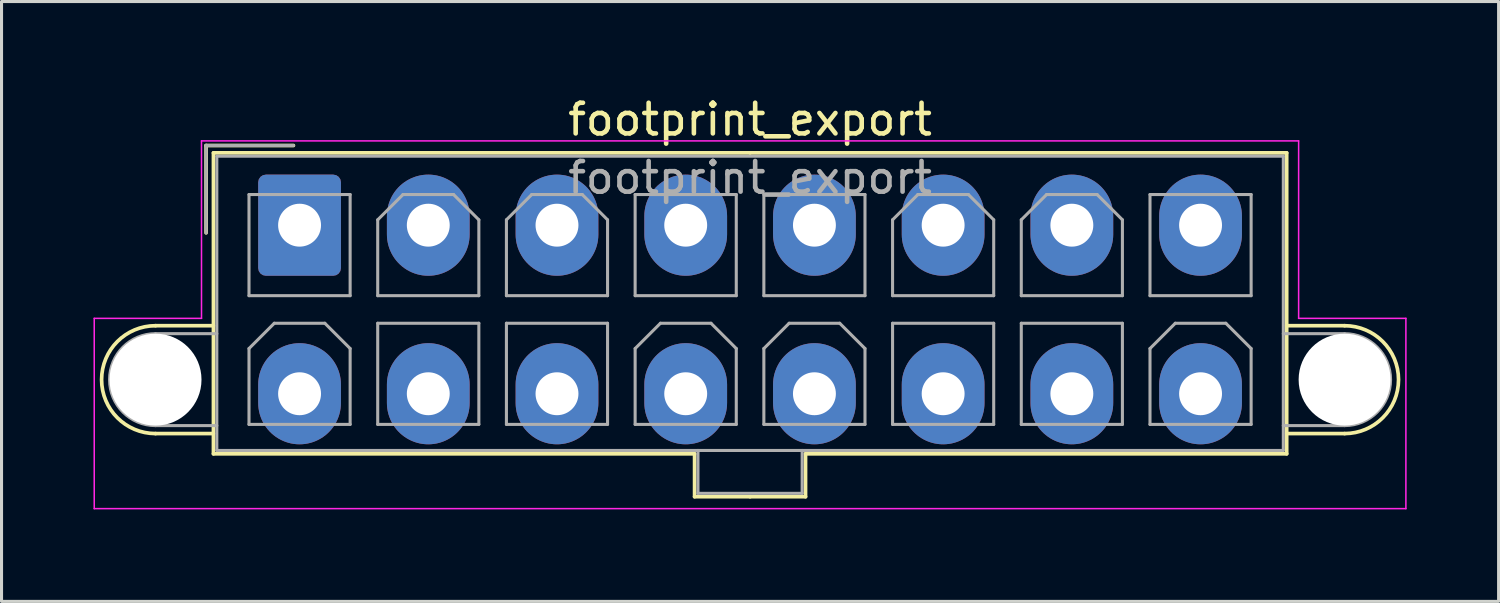
<source format=kicad_pcb>
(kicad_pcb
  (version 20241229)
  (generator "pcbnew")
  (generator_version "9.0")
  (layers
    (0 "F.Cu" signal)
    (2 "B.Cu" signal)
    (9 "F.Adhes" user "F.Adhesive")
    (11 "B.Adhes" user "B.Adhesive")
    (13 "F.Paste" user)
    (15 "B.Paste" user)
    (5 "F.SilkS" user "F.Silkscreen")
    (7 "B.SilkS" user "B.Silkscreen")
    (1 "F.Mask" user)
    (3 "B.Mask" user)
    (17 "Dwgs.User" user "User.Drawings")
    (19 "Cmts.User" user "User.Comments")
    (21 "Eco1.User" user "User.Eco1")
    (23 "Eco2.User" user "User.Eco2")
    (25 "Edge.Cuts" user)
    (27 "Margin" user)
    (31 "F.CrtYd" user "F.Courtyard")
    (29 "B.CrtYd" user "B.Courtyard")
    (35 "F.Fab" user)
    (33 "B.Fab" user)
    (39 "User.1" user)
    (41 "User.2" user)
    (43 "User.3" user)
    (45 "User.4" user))
  (footprint "footprint_export"
    (layer "F.Cu")
    (at 6.725 4.298)
    (property "Reference" "footprint_export" (at 14.7 -3.45 0) (layer "F.SilkS") (effects (font (size 1 1) (thickness 0.15))))
    (attr through_hole)
    (fp_line (start -4.7 3.28) (end -2.81 3.28) (stroke (width 0.12) (type solid)) (layer "F.SilkS"))
    (fp_line (start -4.7 6.8) (end -2.81 6.8) (stroke (width 0.12) (type solid)) (layer "F.SilkS"))
    (fp_line (start -3.05 -2.6) (end -3.05 0.25) (stroke (width 0.12) (type solid)) (layer "F.SilkS"))
    (fp_line (start -2.81 -2.36) (end -2.81 7.46) (stroke (width 0.12) (type solid)) (layer "F.SilkS"))
    (fp_line (start -2.81 7.46) (end 12.89 7.46) (stroke (width 0.12) (type solid)) (layer "F.SilkS"))
    (fp_line (start -0.2 -2.6) (end -3.05 -2.6) (stroke (width 0.12) (type solid)) (layer "F.SilkS"))
    (fp_line (start 12.89 7.46) (end 12.89 8.86) (stroke (width 0.12) (type solid)) (layer "F.SilkS"))
    (fp_line (start 12.89 8.86) (end 14.7 8.86) (stroke (width 0.12) (type solid)) (layer "F.SilkS"))
    (fp_line (start 14.7 -2.36) (end -2.81 -2.36) (stroke (width 0.12) (type solid)) (layer "F.SilkS"))
    (fp_line (start 14.7 -2.36) (end 32.21 -2.36) (stroke (width 0.12) (type solid)) (layer "F.SilkS"))
    (fp_line (start 16.51 7.46) (end 16.51 8.86) (stroke (width 0.12) (type solid)) (layer "F.SilkS"))
    (fp_line (start 16.51 8.86) (end 14.7 8.86) (stroke (width 0.12) (type solid)) (layer "F.SilkS"))
    (fp_line (start 32.21 -2.36) (end 32.21 7.46) (stroke (width 0.12) (type solid)) (layer "F.SilkS"))
    (fp_line (start 32.21 7.46) (end 16.51 7.46) (stroke (width 0.12) (type solid)) (layer "F.SilkS"))
    (fp_line (start 34.1 3.28) (end 32.21 3.28) (stroke (width 0.12) (type solid)) (layer "F.SilkS"))
    (fp_line (start 34.1 6.8) (end 32.21 6.8) (stroke (width 0.12) (type solid)) (layer "F.SilkS"))
    (fp_arc (start -4.7 6.8) (mid -6.46 5.04) (end -4.7 3.28) (stroke (width 0.12) (type solid)) (layer "F.SilkS"))
    (fp_arc (start 34.1 3.28) (mid 35.86 5.04) (end 34.1 6.8) (stroke (width 0.12) (type solid)) (layer "F.SilkS"))
    (fp_line (start -6.7 3.04) (end -6.7 9.25) (stroke (width 0.05) (type solid)) (layer "F.CrtYd"))
    (fp_line (start -6.7 9.25) (end 36.1 9.25) (stroke (width 0.05) (type solid)) (layer "F.CrtYd"))
    (fp_line (start -3.2 -2.75) (end -3.2 3.04) (stroke (width 0.05) (type solid)) (layer "F.CrtYd"))
    (fp_line (start -3.2 3.04) (end -6.7 3.04) (stroke (width 0.05) (type solid)) (layer "F.CrtYd"))
    (fp_line (start 32.6 -2.75) (end -3.2 -2.75) (stroke (width 0.05) (type solid)) (layer "F.CrtYd"))
    (fp_line (start 32.6 3.04) (end 32.6 -2.75) (stroke (width 0.05) (type solid)) (layer "F.CrtYd"))
    (fp_line (start 36.1 3.04) (end 32.6 3.04) (stroke (width 0.05) (type solid)) (layer "F.CrtYd"))
    (fp_line (start 36.1 9.25) (end 36.1 3.04) (stroke (width 0.05) (type solid)) (layer "F.CrtYd"))
    (fp_line (start -4.7 3.54) (end -2.7 3.54) (stroke (width 0.1) (type solid)) (layer "F.Fab"))
    (fp_line (start -4.7 6.54) (end -2.7 6.54) (stroke (width 0.1) (type solid)) (layer "F.Fab"))
    (fp_line (start -3.05 -2.6) (end -3.05 0.25) (stroke (width 0.1) (type solid)) (layer "F.Fab"))
    (fp_line (start -2.7 -2.25) (end -2.7 7.35) (stroke (width 0.1) (type solid)) (layer "F.Fab"))
    (fp_line (start -2.7 7.35) (end 32.1 7.35) (stroke (width 0.1) (type solid)) (layer "F.Fab"))
    (fp_line (start -1.65 -1) (end -1.65 2.3) (stroke (width 0.1) (type solid)) (layer "F.Fab"))
    (fp_line (start -1.65 2.3) (end 1.65 2.3) (stroke (width 0.1) (type solid)) (layer "F.Fab"))
    (fp_line (start -1.65 4.025) (end -0.825 3.2) (stroke (width 0.1) (type solid)) (layer "F.Fab"))
    (fp_line (start -1.65 6.5) (end -1.65 4.025) (stroke (width 0.1) (type solid)) (layer "F.Fab"))
    (fp_line (start -0.825 3.2) (end 0.825 3.2) (stroke (width 0.1) (type solid)) (layer "F.Fab"))
    (fp_line (start -0.2 -2.6) (end -3.05 -2.6) (stroke (width 0.1) (type solid)) (layer "F.Fab"))
    (fp_line (start 0.825 3.2) (end 1.65 4.025) (stroke (width 0.1) (type solid)) (layer "F.Fab"))
    (fp_line (start 1.65 -1) (end -1.65 -1) (stroke (width 0.1) (type solid)) (layer "F.Fab"))
    (fp_line (start 1.65 2.3) (end 1.65 -1) (stroke (width 0.1) (type solid)) (layer "F.Fab"))
    (fp_line (start 1.65 4.025) (end 1.65 6.5) (stroke (width 0.1) (type solid)) (layer "F.Fab"))
    (fp_line (start 1.65 6.5) (end -1.65 6.5) (stroke (width 0.1) (type solid)) (layer "F.Fab"))
    (fp_line (start 2.55 -0.175) (end 3.375 -1) (stroke (width 0.1) (type solid)) (layer "F.Fab"))
    (fp_line (start 2.55 2.3) (end 2.55 -0.175) (stroke (width 0.1) (type solid)) (layer "F.Fab"))
    (fp_line (start 2.55 3.2) (end 2.55 6.5) (stroke (width 0.1) (type solid)) (layer "F.Fab"))
    (fp_line (start 2.55 6.5) (end 5.85 6.5) (stroke (width 0.1) (type solid)) (layer "F.Fab"))
    (fp_line (start 3.375 -1) (end 5.025 -1) (stroke (width 0.1) (type solid)) (layer "F.Fab"))
    (fp_line (start 5.025 -1) (end 5.85 -0.175) (stroke (width 0.1) (type solid)) (layer "F.Fab"))
    (fp_line (start 5.85 -0.175) (end 5.85 2.3) (stroke (width 0.1) (type solid)) (layer "F.Fab"))
    (fp_line (start 5.85 2.3) (end 2.55 2.3) (stroke (width 0.1) (type solid)) (layer "F.Fab"))
    (fp_line (start 5.85 3.2) (end 2.55 3.2) (stroke (width 0.1) (type solid)) (layer "F.Fab"))
    (fp_line (start 5.85 6.5) (end 5.85 3.2) (stroke (width 0.1) (type solid)) (layer "F.Fab"))
    (fp_line (start 6.75 -0.175) (end 7.575 -1) (stroke (width 0.1) (type solid)) (layer "F.Fab"))
    (fp_line (start 6.75 2.3) (end 6.75 -0.175) (stroke (width 0.1) (type solid)) (layer "F.Fab"))
    (fp_line (start 6.75 3.2) (end 6.75 6.5) (stroke (width 0.1) (type solid)) (layer "F.Fab"))
    (fp_line (start 6.75 6.5) (end 10.05 6.5) (stroke (width 0.1) (type solid)) (layer "F.Fab"))
    (fp_line (start 7.575 -1) (end 9.225 -1) (stroke (width 0.1) (type solid)) (layer "F.Fab"))
    (fp_line (start 9.225 -1) (end 10.05 -0.175) (stroke (width 0.1) (type solid)) (layer "F.Fab"))
    (fp_line (start 10.05 -0.175) (end 10.05 2.3) (stroke (width 0.1) (type solid)) (layer "F.Fab"))
    (fp_line (start 10.05 2.3) (end 6.75 2.3) (stroke (width 0.1) (type solid)) (layer "F.Fab"))
    (fp_line (start 10.05 3.2) (end 6.75 3.2) (stroke (width 0.1) (type solid)) (layer "F.Fab"))
    (fp_line (start 10.05 6.5) (end 10.05 3.2) (stroke (width 0.1) (type solid)) (layer "F.Fab"))
    (fp_line (start 10.95 -1) (end 10.95 2.3) (stroke (width 0.1) (type solid)) (layer "F.Fab"))
    (fp_line (start 10.95 2.3) (end 14.25 2.3) (stroke (width 0.1) (type solid)) (layer "F.Fab"))
    (fp_line (start 10.95 4.025) (end 11.775 3.2) (stroke (width 0.1) (type solid)) (layer "F.Fab"))
    (fp_line (start 10.95 6.5) (end 10.95 4.025) (stroke (width 0.1) (type solid)) (layer "F.Fab"))
    (fp_line (start 11.775 3.2) (end 13.425 3.2) (stroke (width 0.1) (type solid)) (layer "F.Fab"))
    (fp_line (start 13 7.35) (end 13 8.75) (stroke (width 0.1) (type solid)) (layer "F.Fab"))
    (fp_line (start 13 8.75) (end 16.4 8.75) (stroke (width 0.1) (type solid)) (layer "F.Fab"))
    (fp_line (start 13.425 3.2) (end 14.25 4.025) (stroke (width 0.1) (type solid)) (layer "F.Fab"))
    (fp_line (start 14.25 -1) (end 10.95 -1) (stroke (width 0.1) (type solid)) (layer "F.Fab"))
    (fp_line (start 14.25 2.3) (end 14.25 -1) (stroke (width 0.1) (type solid)) (layer "F.Fab"))
    (fp_line (start 14.25 4.025) (end 14.25 6.5) (stroke (width 0.1) (type solid)) (layer "F.Fab"))
    (fp_line (start 14.25 6.5) (end 10.95 6.5) (stroke (width 0.1) (type solid)) (layer "F.Fab"))
    (fp_line (start 15.15 -1) (end 15.15 2.3) (stroke (width 0.1) (type solid)) (layer "F.Fab"))
    (fp_line (start 15.15 2.3) (end 18.45 2.3) (stroke (width 0.1) (type solid)) (layer "F.Fab"))
    (fp_line (start 15.15 4.025) (end 15.975 3.2) (stroke (width 0.1) (type solid)) (layer "F.Fab"))
    (fp_line (start 15.15 6.5) (end 15.15 4.025) (stroke (width 0.1) (type solid)) (layer "F.Fab"))
    (fp_line (start 15.975 3.2) (end 17.625 3.2) (stroke (width 0.1) (type solid)) (layer "F.Fab"))
    (fp_line (start 16.4 8.75) (end 16.4 7.35) (stroke (width 0.1) (type solid)) (layer "F.Fab"))
    (fp_line (start 17.625 3.2) (end 18.45 4.025) (stroke (width 0.1) (type solid)) (layer "F.Fab"))
    (fp_line (start 18.45 -1) (end 15.15 -1) (stroke (width 0.1) (type solid)) (layer "F.Fab"))
    (fp_line (start 18.45 2.3) (end 18.45 -1) (stroke (width 0.1) (type solid)) (layer "F.Fab"))
    (fp_line (start 18.45 4.025) (end 18.45 6.5) (stroke (width 0.1) (type solid)) (layer "F.Fab"))
    (fp_line (start 18.45 6.5) (end 15.15 6.5) (stroke (width 0.1) (type solid)) (layer "F.Fab"))
    (fp_line (start 19.35 -0.175) (end 20.175 -1) (stroke (width 0.1) (type solid)) (layer "F.Fab"))
    (fp_line (start 19.35 2.3) (end 19.35 -0.175) (stroke (width 0.1) (type solid)) (layer "F.Fab"))
    (fp_line (start 19.35 3.2) (end 19.35 6.5) (stroke (width 0.1) (type solid)) (layer "F.Fab"))
    (fp_line (start 19.35 6.5) (end 22.65 6.5) (stroke (width 0.1) (type solid)) (layer "F.Fab"))
    (fp_line (start 20.175 -1) (end 21.825 -1) (stroke (width 0.1) (type solid)) (layer "F.Fab"))
    (fp_line (start 21.825 -1) (end 22.65 -0.175) (stroke (width 0.1) (type solid)) (layer "F.Fab"))
    (fp_line (start 22.65 -0.175) (end 22.65 2.3) (stroke (width 0.1) (type solid)) (layer "F.Fab"))
    (fp_line (start 22.65 2.3) (end 19.35 2.3) (stroke (width 0.1) (type solid)) (layer "F.Fab"))
    (fp_line (start 22.65 3.2) (end 19.35 3.2) (stroke (width 0.1) (type solid)) (layer "F.Fab"))
    (fp_line (start 22.65 6.5) (end 22.65 3.2) (stroke (width 0.1) (type solid)) (layer "F.Fab"))
    (fp_line (start 23.55 -0.175) (end 24.375 -1) (stroke (width 0.1) (type solid)) (layer "F.Fab"))
    (fp_line (start 23.55 2.3) (end 23.55 -0.175) (stroke (width 0.1) (type solid)) (layer "F.Fab"))
    (fp_line (start 23.55 3.2) (end 23.55 6.5) (stroke (width 0.1) (type solid)) (layer "F.Fab"))
    (fp_line (start 23.55 6.5) (end 26.85 6.5) (stroke (width 0.1) (type solid)) (layer "F.Fab"))
    (fp_line (start 24.375 -1) (end 26.025 -1) (stroke (width 0.1) (type solid)) (layer "F.Fab"))
    (fp_line (start 26.025 -1) (end 26.85 -0.175) (stroke (width 0.1) (type solid)) (layer "F.Fab"))
    (fp_line (start 26.85 -0.175) (end 26.85 2.3) (stroke (width 0.1) (type solid)) (layer "F.Fab"))
    (fp_line (start 26.85 2.3) (end 23.55 2.3) (stroke (width 0.1) (type solid)) (layer "F.Fab"))
    (fp_line (start 26.85 3.2) (end 23.55 3.2) (stroke (width 0.1) (type solid)) (layer "F.Fab"))
    (fp_line (start 26.85 6.5) (end 26.85 3.2) (stroke (width 0.1) (type solid)) (layer "F.Fab"))
    (fp_line (start 27.75 -1) (end 27.75 2.3) (stroke (width 0.1) (type solid)) (layer "F.Fab"))
    (fp_line (start 27.75 2.3) (end 31.05 2.3) (stroke (width 0.1) (type solid)) (layer "F.Fab"))
    (fp_line (start 27.75 4.025) (end 28.575 3.2) (stroke (width 0.1) (type solid)) (layer "F.Fab"))
    (fp_line (start 27.75 6.5) (end 27.75 4.025) (stroke (width 0.1) (type solid)) (layer "F.Fab"))
    (fp_line (start 28.575 3.2) (end 30.225 3.2) (stroke (width 0.1) (type solid)) (layer "F.Fab"))
    (fp_line (start 30.225 3.2) (end 31.05 4.025) (stroke (width 0.1) (type solid)) (layer "F.Fab"))
    (fp_line (start 31.05 -1) (end 27.75 -1) (stroke (width 0.1) (type solid)) (layer "F.Fab"))
    (fp_line (start 31.05 2.3) (end 31.05 -1) (stroke (width 0.1) (type solid)) (layer "F.Fab"))
    (fp_line (start 31.05 4.025) (end 31.05 6.5) (stroke (width 0.1) (type solid)) (layer "F.Fab"))
    (fp_line (start 31.05 6.5) (end 27.75 6.5) (stroke (width 0.1) (type solid)) (layer "F.Fab"))
    (fp_line (start 32.1 -2.25) (end -2.7 -2.25) (stroke (width 0.1) (type solid)) (layer "F.Fab"))
    (fp_line (start 32.1 7.35) (end 32.1 -2.25) (stroke (width 0.1) (type solid)) (layer "F.Fab"))
    (fp_line (start 34.1 3.54) (end 32.1 3.54) (stroke (width 0.1) (type solid)) (layer "F.Fab"))
    (fp_line (start 34.1 6.54) (end 32.1 6.54) (stroke (width 0.1) (type solid)) (layer "F.Fab"))
    (fp_arc (start -4.7 6.54) (mid -6.2 5.04) (end -4.7 3.54) (stroke (width 0.1) (type solid)) (layer "F.Fab"))
    (fp_arc (start 34.1 3.54) (mid 35.6 5.04) (end 34.1 6.54) (stroke (width 0.1) (type solid)) (layer "F.Fab"))
    (fp_text user "${REFERENCE}" (at 14.7 -1.55 0) (layer "F.Fab") (effects (font (size 1 1) (thickness 0.15))))
    (pad "" np_thru_hole circle (at -4.7 5.04) (size 3 3) (drill 3) (layers "*.Cu" "*.Mask"))
    (pad "" np_thru_hole circle (at 34.1 5.04) (size 3 3) (drill 3) (layers "*.Cu" "*.Mask"))
    (pad "1" thru_hole roundrect (at 0 0) (size 2.7 3.3) (drill 1.4) (layers "*.Cu" "*.Mask") (roundrect_rratio 0.093))
    (pad "2" thru_hole oval (at 4.2 0) (size 2.7 3.3) (drill 1.4) (layers "*.Cu" "*.Mask"))
    (pad "3" thru_hole oval (at 8.4 0) (size 2.7 3.3) (drill 1.4) (layers "*.Cu" "*.Mask"))
    (pad "4" thru_hole oval (at 12.6 0) (size 2.7 3.3) (drill 1.4) (layers "*.Cu" "*.Mask"))
    (pad "5" thru_hole oval (at 16.8 0) (size 2.7 3.3) (drill 1.4) (layers "*.Cu" "*.Mask"))
    (pad "6" thru_hole oval (at 21 0) (size 2.7 3.3) (drill 1.4) (layers "*.Cu" "*.Mask"))
    (pad "7" thru_hole oval (at 25.2 0) (size 2.7 3.3) (drill 1.4) (layers "*.Cu" "*.Mask"))
    (pad "8" thru_hole oval (at 29.4 0) (size 2.7 3.3) (drill 1.4) (layers "*.Cu" "*.Mask"))
    (pad "9" thru_hole oval (at 0 5.5) (size 2.7 3.3) (drill 1.4) (layers "*.Cu" "*.Mask"))
    (pad "10" thru_hole oval (at 4.2 5.5) (size 2.7 3.3) (drill 1.4) (layers "*.Cu" "*.Mask"))
    (pad "11" thru_hole oval (at 8.4 5.5) (size 2.7 3.3) (drill 1.4) (layers "*.Cu" "*.Mask"))
    (pad "12" thru_hole oval (at 12.6 5.5) (size 2.7 3.3) (drill 1.4) (layers "*.Cu" "*.Mask"))
    (pad "13" thru_hole oval (at 16.8 5.5) (size 2.7 3.3) (drill 1.4) (layers "*.Cu" "*.Mask"))
    (pad "14" thru_hole oval (at 21 5.5) (size 2.7 3.3) (drill 1.4) (layers "*.Cu" "*.Mask"))
    (pad "15" thru_hole oval (at 25.2 5.5) (size 2.7 3.3) (drill 1.4) (layers "*.Cu" "*.Mask"))
    (pad "16" thru_hole oval (at 29.4 5.5) (size 2.7 3.3) (drill 1.4) (layers "*.Cu" "*.Mask")))
  (gr_rect
    (start -3 -3)
    (end 45.85 16.573)
    (stroke (width 0.1) (type default))
    (fill no)
    (layer "Edge.Cuts")))
</source>
